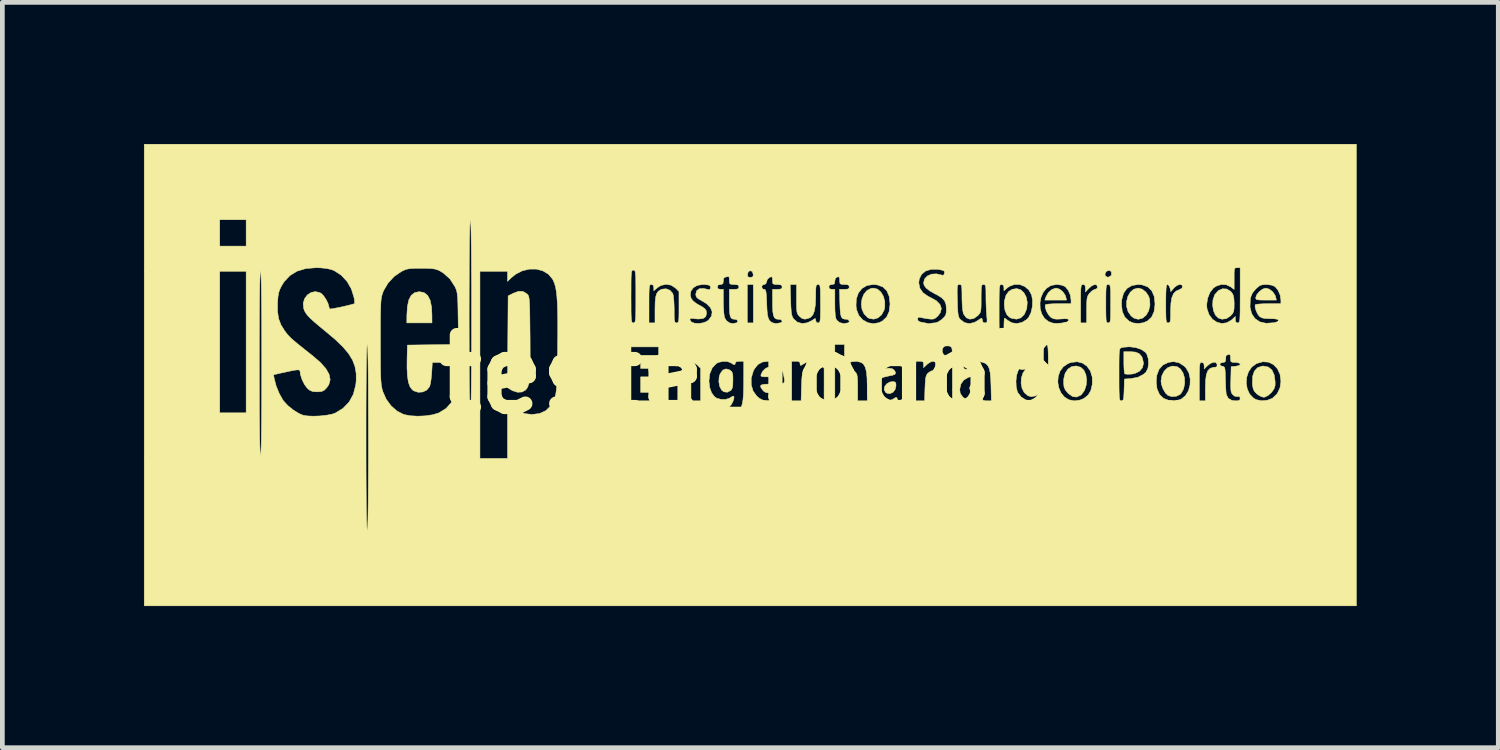
<source format=kicad_pcb>
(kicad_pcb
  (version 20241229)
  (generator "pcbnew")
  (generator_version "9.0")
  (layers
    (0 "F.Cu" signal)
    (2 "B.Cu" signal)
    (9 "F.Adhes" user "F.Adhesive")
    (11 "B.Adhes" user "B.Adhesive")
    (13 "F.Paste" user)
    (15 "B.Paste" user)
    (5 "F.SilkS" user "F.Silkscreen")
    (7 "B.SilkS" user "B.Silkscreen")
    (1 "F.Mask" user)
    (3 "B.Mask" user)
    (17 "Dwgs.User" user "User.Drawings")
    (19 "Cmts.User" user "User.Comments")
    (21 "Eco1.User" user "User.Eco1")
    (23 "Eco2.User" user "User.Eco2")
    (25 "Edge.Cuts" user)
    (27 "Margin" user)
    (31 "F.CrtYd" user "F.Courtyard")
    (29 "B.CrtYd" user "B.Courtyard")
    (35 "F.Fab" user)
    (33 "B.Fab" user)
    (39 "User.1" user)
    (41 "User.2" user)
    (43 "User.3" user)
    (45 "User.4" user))
  (footprint "teste_logo3"
    (layer "F.Cu")
    (at 12.832 4.882)
    (property "Reference" "teste_logo3" (at 0 0 0) (layer "F.SilkS") (effects (font (size 1.524 1.524) (thickness 0.3))))
    (attr through_hole)
    (fp_poly (pts (xy 6.563 -1.807) (xy 6.632 -1.752) (xy 6.683 -1.679) (xy 6.695 -1.645) (xy 6.711 -1.575) (xy 6.251 -1.575) (xy 6.278 -1.651) (xy 6.325 -1.733) (xy 6.397 -1.797) (xy 6.475 -1.828) (xy 6.492 -1.829) (xy 6.563 -1.807)) (stroke (width 0.01) (type solid)) (fill yes) (layer "F.SilkS"))
    (fp_poly (pts (xy 3.075 0.158) (xy 3.095 0.184) (xy 3.099 0.237) (xy 3.081 0.317) (xy 3.036 0.376) (xy 2.975 0.406) (xy 2.911 0.4) (xy 2.875 0.376) (xy 2.847 0.318) (xy 2.859 0.255) (xy 2.901 0.199) (xy 2.968 0.161) (xy 3.023 0.152) (xy 3.075 0.158)) (stroke (width 0.01) (type solid)) (fill yes) (layer "F.SilkS"))
    (fp_poly (pts (xy -6.898 -1.733) (xy -6.823 -1.673) (xy -6.77 -1.572) (xy -6.74 -1.427) (xy -6.732 -1.264) (xy -6.731 -1.092) (xy -7.264 -1.092) (xy -7.263 -1.251) (xy -7.252 -1.437) (xy -7.222 -1.578) (xy -7.171 -1.676) (xy -7.098 -1.733) (xy -7.001 -1.753) (xy -6.998 -1.753) (xy -6.898 -1.733)) (stroke (width 0.01) (type solid)) (fill yes) (layer "F.SilkS"))
    (fp_poly (pts (xy 4.876 0.159) (xy 4.9 0.204) (xy 4.902 0.239) (xy 4.891 0.311) (xy 4.864 0.365) (xy 4.862 0.366) (xy 4.8 0.401) (xy 4.733 0.401) (xy 4.68 0.366) (xy 4.673 0.355) (xy 4.657 0.28) (xy 4.688 0.216) (xy 4.739 0.182) (xy 4.824 0.152) (xy 4.876 0.159)) (stroke (width 0.01) (type solid)) (fill yes) (layer "F.SilkS"))
    (fp_poly (pts (xy 0.434 -0.133) (xy 0.48 -0.086) (xy 0.518 -0.029) (xy 0.533 0.016) (xy 0.518 0.037) (xy 0.467 0.048) (xy 0.379 0.051) (xy 0.295 0.05) (xy 0.25 0.043) (xy 0.236 0.027) (xy 0.241 -0.002) (xy 0.242 -0.006) (xy 0.275 -0.069) (xy 0.329 -0.123) (xy 0.384 -0.151) (xy 0.395 -0.152) (xy 0.434 -0.133)) (stroke (width 0.01) (type solid)) (fill yes) (layer "F.SilkS"))
    (fp_poly (pts (xy 11.007 -1.807) (xy 11.079 -1.75) (xy 11.13 -1.675) (xy 11.14 -1.645) (xy 11.156 -1.575) (xy 10.937 -1.575) (xy 10.832 -1.576) (xy 10.767 -1.58) (xy 10.733 -1.59) (xy 10.721 -1.608) (xy 10.719 -1.628) (xy 10.74 -1.688) (xy 10.792 -1.752) (xy 10.858 -1.804) (xy 10.923 -1.828) (xy 10.931 -1.829) (xy 11.007 -1.807)) (stroke (width 0.01) (type solid)) (fill yes) (layer "F.SilkS"))
    (fp_poly (pts (xy 6.112 -0.137) (xy 6.174 -0.069) (xy 6.21 0.023) (xy 6.222 0.136) (xy 6.211 0.249) (xy 6.179 0.346) (xy 6.146 0.393) (xy 6.055 0.455) (xy 5.96 0.471) (xy 5.893 0.451) (xy 5.816 0.386) (xy 5.768 0.293) (xy 5.748 0.184) (xy 5.755 0.071) (xy 5.789 -0.033) (xy 5.849 -0.116) (xy 5.924 -0.162) (xy 6.022 -0.173) (xy 6.112 -0.137)) (stroke (width 0.01) (type solid)) (fill yes) (layer "F.SilkS"))
    (fp_poly (pts (xy 8.169 -0.474) (xy 8.247 -0.443) (xy 8.299 -0.386) (xy 8.318 -0.347) (xy 8.342 -0.238) (xy 8.319 -0.142) (xy 8.255 -0.067) (xy 8.155 -0.019) (xy 8.084 -0.007) (xy 8.009 -0.004) (xy 7.956 -0.009) (xy 7.944 -0.014) (xy 7.935 -0.047) (xy 7.929 -0.118) (xy 7.925 -0.214) (xy 7.925 -0.258) (xy 7.925 -0.483) (xy 8.053 -0.483) (xy 8.169 -0.474)) (stroke (width 0.01) (type solid)) (fill yes) (layer "F.SilkS"))
    (fp_poly (pts (xy -0.423 -0.094) (xy -0.418 -0.09) (xy -0.384 -0.063) (xy -0.366 -0.028) (xy -0.357 0.03) (xy -0.356 0.124) (xy -0.359 0.226) (xy -0.371 0.291) (xy -0.394 0.331) (xy -0.402 0.339) (xy -0.475 0.377) (xy -0.549 0.367) (xy -0.596 0.331) (xy -0.636 0.255) (xy -0.654 0.155) (xy -0.648 0.051) (xy -0.625 -0.019) (xy -0.568 -0.093) (xy -0.5 -0.118) (xy -0.423 -0.094)) (stroke (width 0.01) (type solid)) (fill yes) (layer "F.SilkS"))
    (fp_poly (pts (xy 2.709 -1.806) (xy 2.78 -1.743) (xy 2.833 -1.652) (xy 2.861 -1.543) (xy 2.861 -1.427) (xy 2.846 -1.361) (xy 2.793 -1.263) (xy 2.716 -1.198) (xy 2.627 -1.171) (xy 2.534 -1.186) (xy 2.495 -1.208) (xy 2.42 -1.286) (xy 2.377 -1.384) (xy 2.363 -1.492) (xy 2.378 -1.6) (xy 2.417 -1.698) (xy 2.48 -1.775) (xy 2.564 -1.821) (xy 2.624 -1.829) (xy 2.709 -1.806)) (stroke (width 0.01) (type solid)) (fill yes) (layer "F.SilkS"))
    (fp_poly (pts (xy 5.74 -1.793) (xy 5.809 -1.73) (xy 5.857 -1.64) (xy 5.879 -1.528) (xy 5.869 -1.402) (xy 5.865 -1.384) (xy 5.817 -1.272) (xy 5.744 -1.2) (xy 5.652 -1.171) (xy 5.547 -1.189) (xy 5.506 -1.208) (xy 5.447 -1.266) (xy 5.407 -1.359) (xy 5.391 -1.473) (xy 5.396 -1.561) (xy 5.429 -1.678) (xy 5.486 -1.757) (xy 5.561 -1.803) (xy 5.656 -1.819) (xy 5.74 -1.793)) (stroke (width 0.01) (type solid)) (fill yes) (layer "F.SilkS"))
    (fp_poly (pts (xy 7.012 -0.152) (xy 7.079 -0.089) (xy 7.121 0.004) (xy 7.137 0.115) (xy 7.127 0.23) (xy 7.092 0.337) (xy 7.031 0.422) (xy 7.005 0.443) (xy 6.921 0.479) (xy 6.838 0.467) (xy 6.751 0.406) (xy 6.741 0.396) (xy 6.686 0.33) (xy 6.657 0.261) (xy 6.649 0.17) (xy 6.653 0.089) (xy 6.682 -0.026) (xy 6.741 -0.114) (xy 6.822 -0.167) (xy 6.917 -0.18) (xy 7.012 -0.152)) (stroke (width 0.01) (type solid)) (fill yes) (layer "F.SilkS"))
    (fp_poly (pts (xy 8.315 -1.806) (xy 8.393 -1.744) (xy 8.451 -1.657) (xy 8.472 -1.591) (xy 8.478 -1.465) (xy 8.451 -1.35) (xy 8.398 -1.256) (xy 8.322 -1.192) (xy 8.231 -1.168) (xy 8.23 -1.168) (xy 8.14 -1.192) (xy 8.077 -1.241) (xy 8.014 -1.332) (xy 7.984 -1.438) (xy 7.984 -1.548) (xy 8.01 -1.653) (xy 8.061 -1.742) (xy 8.133 -1.804) (xy 8.224 -1.829) (xy 8.23 -1.829) (xy 8.315 -1.806)) (stroke (width 0.01) (type solid)) (fill yes) (layer "F.SilkS"))
    (fp_poly (pts (xy 9.055 -0.164) (xy 9.121 -0.119) (xy 9.178 -0.034) (xy 9.178 -0.033) (xy 9.211 0.074) (xy 9.214 0.192) (xy 9.19 0.306) (xy 9.14 0.398) (xy 9.114 0.425) (xy 9.034 0.463) (xy 8.938 0.469) (xy 8.861 0.445) (xy 8.806 0.392) (xy 8.756 0.308) (xy 8.722 0.213) (xy 8.712 0.141) (xy 8.731 0.025) (xy 8.781 -0.073) (xy 8.855 -0.144) (xy 8.944 -0.176) (xy 8.964 -0.177) (xy 9.055 -0.164)) (stroke (width 0.01) (type solid)) (fill yes) (layer "F.SilkS"))
    (fp_poly (pts (xy 10.987 -0.156) (xy 11.063 -0.093) (xy 11.111 0.012) (xy 11.13 0.155) (xy 11.129 0.237) (xy 11.105 0.309) (xy 11.051 0.383) (xy 10.981 0.445) (xy 10.91 0.48) (xy 10.887 0.483) (xy 10.826 0.466) (xy 10.757 0.424) (xy 10.74 0.41) (xy 10.693 0.361) (xy 10.666 0.309) (xy 10.652 0.235) (xy 10.648 0.186) (xy 10.653 0.04) (xy 10.69 -0.07) (xy 10.757 -0.143) (xy 10.852 -0.176) (xy 10.884 -0.178) (xy 10.987 -0.156)) (stroke (width 0.01) (type solid)) (fill yes) (layer "F.SilkS"))
    (fp_poly (pts (xy 10.104 -1.81) (xy 10.187 -1.76) (xy 10.211 -1.734) (xy 10.241 -1.683) (xy 10.256 -1.615) (xy 10.262 -1.515) (xy 10.262 -1.493) (xy 10.26 -1.397) (xy 10.25 -1.334) (xy 10.229 -1.29) (xy 10.19 -1.246) (xy 10.187 -1.243) (xy 10.099 -1.183) (xy 10.004 -1.17) (xy 9.925 -1.196) (xy 9.864 -1.258) (xy 9.823 -1.353) (xy 9.806 -1.466) (xy 9.813 -1.581) (xy 9.848 -1.683) (xy 9.855 -1.696) (xy 9.928 -1.777) (xy 10.014 -1.815) (xy 10.104 -1.81)) (stroke (width 0.01) (type solid)) (fill yes) (layer "F.SilkS"))
    (fp_poly (pts (xy -4.803 -1.758) (xy -4.722 -1.709) (xy -4.712 -1.7) (xy -4.698 -1.684) (xy -4.687 -1.664) (xy -4.678 -1.633) (xy -4.671 -1.587) (xy -4.666 -1.519) (xy -4.662 -1.426) (xy -4.659 -1.301) (xy -4.657 -1.139) (xy -4.655 -0.935) (xy -4.653 -0.788) (xy -4.652 -0.53) (xy -4.651 -0.318) (xy -4.653 -0.147) (xy -4.658 -0.011) (xy -4.666 0.095) (xy -4.677 0.175) (xy -4.692 0.235) (xy -4.711 0.28) (xy -4.736 0.315) (xy -4.751 0.332) (xy -4.825 0.372) (xy -4.92 0.377) (xy -5.022 0.345) (xy -5.049 0.33) (xy -5.131 0.28) (xy -5.125 -0.692) (xy -5.118 -1.664) (xy -5.004 -1.722) (xy -4.894 -1.762) (xy -4.803 -1.758)) (stroke (width 0.01) (type solid)) (fill yes) (layer "F.SilkS"))
    (fp_poly (pts (xy 12.852 4.902) (xy -12.827 4.902) (xy -12.827 -2.184) (xy -11.227 -2.184) (xy -11.227 0.813) (xy -10.668 0.813) (xy -10.668 -0.241) (xy -10.389 -0.241) (xy -10.388 0.171) (xy -10.387 0.536) (xy -10.386 0.853) (xy -10.383 1.122) (xy -10.381 1.342) (xy -10.377 1.513) (xy -10.373 1.634) (xy -10.368 1.706) (xy -10.363 1.727) (xy -10.358 1.702) (xy -10.353 1.626) (xy -10.349 1.501) (xy -10.346 1.333) (xy -8.128 1.333) (xy -8.128 1.746) (xy -8.127 2.111) (xy -8.125 2.428) (xy -8.123 2.697) (xy -8.12 2.917) (xy -8.116 3.088) (xy -8.112 3.209) (xy -8.107 3.281) (xy -8.103 3.302) (xy -8.097 3.277) (xy -8.093 3.201) (xy -8.088 3.075) (xy -8.085 2.9) (xy -8.082 2.676) (xy -8.08 2.403) (xy -8.078 2.082) (xy -8.077 1.713) (xy -8.077 1.333) (xy -8.078 0.921) (xy -8.079 0.556) (xy -8.08 0.239) (xy -8.082 -0.03) (xy -8.085 -0.25) (xy -8.089 -0.421) (xy -8.093 -0.542) (xy -8.098 -0.614) (xy -8.103 -0.635) (xy -8.108 -0.61) (xy -8.113 -0.534) (xy -8.117 -0.408) (xy -8.12 -0.233) (xy -8.123 -0.009) (xy -8.125 0.264) (xy -8.127 0.585) (xy -8.128 0.954) (xy -8.128 1.333) (xy -10.346 1.333) (xy -10.346 1.325) (xy -10.343 1.101) (xy -10.341 0.828) (xy -10.339 0.507) (xy -10.338 0.138) (xy -10.338 0.007) (xy -10.088 0.007) (xy -10.071 0.096) (xy -10.031 0.247) (xy -9.968 0.401) (xy -9.894 0.534) (xy -9.871 0.566) (xy -9.783 0.661) (xy -9.67 0.752) (xy -9.553 0.825) (xy -9.465 0.863) (xy -9.37 0.879) (xy -9.243 0.884) (xy -9.103 0.879) (xy -8.965 0.864) (xy -8.847 0.841) (xy -8.785 0.821) (xy -8.617 0.719) (xy -8.487 0.585) (xy -8.397 0.42) (xy -8.346 0.223) (xy -8.337 0.138) (xy -8.337 -0.021) (xy -8.362 -0.166) (xy -8.414 -0.305) (xy -8.498 -0.442) (xy -8.618 -0.584) (xy -8.738 -0.7) (xy -7.823 -0.7) (xy -7.823 -0.46) (xy -7.822 -0.266) (xy -7.821 -0.109) (xy -7.818 0.014) (xy -7.814 0.11) (xy -7.808 0.185) (xy -7.801 0.245) (xy -7.791 0.296) (xy -7.778 0.344) (xy -7.77 0.369) (xy -7.7 0.526) (xy -7.597 0.665) (xy -7.471 0.776) (xy -7.332 0.847) (xy -7.325 0.849) (xy -7.194 0.875) (xy -7.036 0.884) (xy -6.871 0.877) (xy -6.715 0.854) (xy -6.589 0.816) (xy -6.585 0.814) (xy -6.433 0.721) (xy -6.312 0.586) (xy -6.24 0.458) (xy -6.214 0.387) (xy -6.196 0.3) (xy -6.184 0.184) (xy -6.177 0.044) (xy -6.166 -0.254) (xy -6.724 -0.254) (xy -6.737 -0.032) (xy -6.747 0.078) (xy -6.761 0.176) (xy -6.777 0.244) (xy -6.782 0.258) (xy -6.841 0.33) (xy -6.926 0.371) (xy -7.023 0.378) (xy -7.115 0.348) (xy -7.149 0.324) (xy -7.196 0.262) (xy -7.23 0.167) (xy -7.251 0.036) (xy -7.26 -0.136) (xy -7.259 -0.321) (xy -7.252 -0.622) (xy -6.71 -0.629) (xy -6.169 -0.636) (xy -6.177 -1.188) (xy -6.178 -1.232) (xy -5.944 -1.232) (xy -5.943 -0.811) (xy -5.942 -0.437) (xy -5.941 -0.112) (xy -5.939 0.165) (xy -5.936 0.394) (xy -5.932 0.573) (xy -5.928 0.703) (xy -5.924 0.783) (xy -5.919 0.813) (xy -5.918 0.813) (xy -5.913 0.787) (xy -5.908 0.712) (xy -5.904 0.586) (xy -5.901 0.411) (xy -5.898 0.186) (xy -5.896 -0.087) (xy -5.894 -0.408) (xy -5.893 -0.778) (xy -5.893 -1.195) (xy -5.893 -1.232) (xy -5.893 -1.653) (xy -5.894 -2.026) (xy -5.895 -2.184) (xy -5.715 -2.184) (xy -5.715 1.778) (xy -5.131 1.778) (xy -5.131 0.578) (xy -5.048 0.66) (xy -4.914 0.767) (xy -4.773 0.829) (xy -4.614 0.848) (xy -4.61 0.848) (xy -4.449 0.827) (xy -4.319 0.767) (xy -4.216 0.665) (xy -4.14 0.52) (xy -4.124 0.475) (xy -4.112 0.432) (xy -4.103 0.378) (xy -4.095 0.309) (xy -4.088 0.217) (xy -4.083 0.099) (xy -4.079 -0.051) (xy -4.075 -0.239) (xy -4.071 -0.471) (xy -4.07 -0.561) (xy -4.07 -0.584) (xy -2.515 -0.584) (xy -2.515 0.559) (xy -1.905 0.559) (xy -1.905 0.381) (xy -2.311 0.381) (xy -2.311 0.051) (xy -1.956 0.051) (xy -1.956 -0.127) (xy -2.311 -0.127) (xy -2.311 -0.279) (xy -1.727 -0.279) (xy -1.727 0.559) (xy -1.524 0.559) (xy -1.524 0.278) (xy -1.523 0.154) (xy -1.52 0.07) (xy -1.512 0.015) (xy -1.497 -0.023) (xy -1.473 -0.053) (xy -1.462 -0.065) (xy -1.404 -0.114) (xy -1.358 -0.122) (xy -1.31 -0.09) (xy -1.295 -0.076) (xy -1.273 -0.049) (xy -1.258 -0.012) (xy -1.25 0.044) (xy -1.246 0.129) (xy -1.245 0.255) (xy -1.245 0.267) (xy -1.245 0.559) (xy -1.041 0.559) (xy -1.041 0.138) (xy -0.864 0.138) (xy -0.849 0.274) (xy -0.808 0.389) (xy -0.745 0.472) (xy -0.699 0.503) (xy -0.603 0.529) (xy -0.505 0.528) (xy -0.425 0.501) (xy -0.418 0.496) (xy -0.371 0.467) (xy -0.347 0.458) (xy -0.332 0.476) (xy -0.338 0.523) (xy -0.361 0.584) (xy -0.393 0.643) (xy -0.426 0.682) (xy -0.502 0.724) (xy -0.605 0.731) (xy -0.734 0.708) (xy -0.766 0.722) (xy -0.789 0.768) (xy -0.794 0.822) (xy -0.771 0.858) (xy -0.714 0.878) (xy -0.616 0.885) (xy -0.527 0.883) (xy -0.425 0.878) (xy -0.358 0.868) (xy -0.311 0.848) (xy -0.269 0.814) (xy -0.251 0.797) (xy -0.21 0.749) (xy -0.18 0.693) (xy -0.157 0.622) (xy -0.142 0.528) (xy -0.133 0.404) (xy -0.129 0.242) (xy -0.128 0.108) (xy -0.128 0.079) (xy 0.031 0.079) (xy 0.032 0.222) (xy 0.072 0.353) (xy 0.151 0.461) (xy 0.203 0.504) (xy 0.257 0.535) (xy 0.31 0.552) (xy 0.38 0.556) (xy 0.477 0.552) (xy 0.569 0.545) (xy 0.639 0.536) (xy 0.674 0.528) (xy 0.675 0.527) (xy 0.68 0.495) (xy 0.673 0.453) (xy 0.661 0.421) (xy 0.636 0.403) (xy 0.587 0.395) (xy 0.501 0.393) (xy 0.492 0.393) (xy 0.398 0.391) (xy 0.339 0.381) (xy 0.301 0.359) (xy 0.277 0.334) (xy 0.238 0.28) (xy 0.228 0.243) (xy 0.251 0.22) (xy 0.312 0.208) (xy 0.416 0.204) (xy 0.483 0.203) (xy 0.604 0.203) (xy 0.682 0.197) (xy 0.724 0.178) (xy 0.737 0.139) (xy 0.729 0.072) (xy 0.709 -0.024) (xy 0.665 -0.147) (xy 0.593 -0.228) (xy 0.489 -0.271) (xy 0.395 -0.279) (xy 0.889 -0.279) (xy 0.889 0.559) (xy 1.088 0.559) (xy 1.096 0.264) (xy 1.101 0.137) (xy 1.107 0.05) (xy 1.116 -0.006) (xy 1.13 -0.042) (xy 1.153 -0.068) (xy 1.165 -0.078) (xy 1.222 -0.118) (xy 1.265 -0.12) (xy 1.312 -0.085) (xy 1.321 -0.076) (xy 1.343 -0.049) (xy 1.358 -0.012) (xy 1.366 0.044) (xy 1.37 0.129) (xy 1.372 0.255) (xy 1.372 0.267) (xy 1.372 0.559) (xy 1.575 0.559) (xy 1.575 -0.131) (xy 1.501 -0.205) (xy 1.408 -0.265) (xy 1.3 -0.279) (xy 1.186 -0.248) (xy 1.149 -0.229) (xy 1.096 -0.197) (xy 1.072 -0.193) (xy 1.067 -0.214) (xy 1.067 -0.229) (xy 1.057 -0.264) (xy 1.018 -0.278) (xy 0.978 -0.279) (xy 0.889 -0.279) (xy 0.395 -0.279) (xy 0.269 -0.263) (xy 0.172 -0.209) (xy 0.097 -0.113) (xy 0.074 -0.065) (xy 0.031 0.079) (xy -0.128 0.079) (xy -0.127 -0.279) (xy -0.216 -0.279) (xy -0.282 -0.271) (xy -0.305 -0.245) (xy -0.305 -0.241) (xy -0.315 -0.208) (xy -0.35 -0.214) (xy -0.392 -0.242) (xy -0.468 -0.273) (xy -0.566 -0.277) (xy -0.661 -0.255) (xy -0.71 -0.229) (xy -0.795 -0.138) (xy -0.847 -0.012) (xy -0.864 0.138) (xy -1.041 0.138) (xy -1.041 -0.131) (xy -1.116 -0.205) (xy -1.208 -0.264) (xy -1.316 -0.281) (xy -1.425 -0.256) (xy -1.476 -0.227) (xy -1.549 -0.174) (xy -1.549 -0.227) (xy -1.559 -0.263) (xy -1.596 -0.278) (xy -1.638 -0.279) (xy -1.727 -0.279) (xy -2.311 -0.279) (xy -2.311 -0.406) (xy -1.93 -0.406) (xy -1.93 -0.584) (xy -2.515 -0.584) (xy -4.07 -0.584) (xy -4.07 -0.635) (xy 1.803 -0.635) (xy 1.803 0.559) (xy 2.007 0.559) (xy 2.007 0.272) (xy 2.009 0.13) (xy 2.016 0.03) (xy 2.032 -0.037) (xy 2.059 -0.078) (xy 2.099 -0.104) (xy 2.116 -0.11) (xy 2.172 -0.104) (xy 2.224 -0.064) (xy 2.251 -0.034) (xy 2.269 -0.000237) (xy 2.279 0.047) (xy 2.284 0.12) (xy 2.286 0.228) (xy 2.286 0.278) (xy 2.286 0.559) (xy 2.489 0.559) (xy 2.489 0.283) (xy 2.647 0.283) (xy 2.651 0.384) (xy 2.687 0.471) (xy 2.752 0.529) (xy 2.752 0.529) (xy 2.836 0.552) (xy 2.93 0.554) (xy 3.012 0.536) (xy 3.037 0.522) (xy 3.092 0.488) (xy 3.119 0.493) (xy 3.124 0.521) (xy 3.143 0.549) (xy 3.205 0.559) (xy 3.213 0.559) (xy 3.302 0.559) (xy 3.302 0.251) (xy 3.298 0.08) (xy 3.285 -0.048) (xy 3.262 -0.14) (xy 3.225 -0.203) (xy 3.174 -0.244) (xy 3.16 -0.25) (xy 3.078 -0.271) (xy 2.97 -0.278) (xy 2.86 -0.271) (xy 2.776 -0.253) (xy 2.723 -0.227) (xy 2.709 -0.19) (xy 2.712 -0.162) (xy 2.725 -0.12) (xy 2.752 -0.107) (xy 2.811 -0.115) (xy 2.816 -0.116) (xy 2.935 -0.133) (xy 3.016 -0.123) (xy 3.066 -0.086) (xy 3.091 -0.035) (xy 3.074 -0.001) (xy 3.013 0.021) (xy 2.97 0.027) (xy 2.826 0.061) (xy 2.726 0.12) (xy 2.678 0.181) (xy 2.647 0.283) (xy 2.489 0.283) (xy 2.489 0.253) (xy 2.485 0.076) (xy 2.472 -0.057) (xy 2.447 -0.153) (xy 2.41 -0.217) (xy 2.366 -0.252) (xy 2.273 -0.277) (xy 2.165 -0.27) (xy 2.082 -0.241) (xy 2.007 -0.202) (xy 2.007 -0.279) (xy 3.505 -0.279) (xy 3.505 0.559) (xy 3.704 0.559) (xy 3.712 0.293) (xy 3.718 0.169) (xy 3.725 0.085) (xy 3.738 0.031) (xy 3.757 -0.006) (xy 3.774 -0.026) (xy 3.831 -0.067) (xy 3.882 -0.083) (xy 3.919 -0.094) (xy 3.934 -0.13) (xy 3.937 -0.183) (xy 3.933 -0.247) (xy 3.914 -0.274) (xy 3.881 -0.279) (xy 4.089 -0.279) (xy 4.089 0.559) (xy 4.293 0.559) (xy 4.293 0.315) (xy 4.448 0.315) (xy 4.459 0.4) (xy 4.511 0.476) (xy 4.519 0.485) (xy 4.604 0.54) (xy 4.703 0.561) (xy 4.798 0.545) (xy 4.84 0.522) (xy 4.895 0.488) (xy 4.922 0.493) (xy 4.928 0.521) (xy 4.946 0.548) (xy 5.004 0.559) (xy 5.023 0.559) (xy 5.118 0.559) (xy 5.111 0.248) (xy 5.107 0.138) (xy 5.64 0.138) (xy 5.645 0.258) (xy 5.667 0.358) (xy 5.676 0.38) (xy 5.751 0.478) (xy 5.847 0.539) (xy 5.955 0.562) (xy 6.063 0.542) (xy 6.142 0.495) (xy 6.218 0.432) (xy 6.233 0.495) (xy 6.258 0.543) (xy 6.287 0.559) (xy 6.299 0.553) (xy 6.308 0.53) (xy 6.315 0.486) (xy 6.32 0.415) (xy 6.323 0.31) (xy 6.324 0.166) (xy 6.324 0.162) (xy 6.526 0.162) (xy 6.546 0.279) (xy 6.592 0.387) (xy 6.663 0.475) (xy 6.758 0.536) (xy 6.875 0.559) (xy 6.879 0.559) (xy 6.995 0.543) (xy 7.079 0.509) (xy 7.17 0.435) (xy 7.226 0.34) (xy 7.256 0.211) (xy 7.256 0.207) (xy 7.255 0.055) (xy 7.234 -0.015) (xy 7.823 -0.015) (xy 7.823 0.003) (xy 7.823 0.185) (xy 7.824 0.322) (xy 7.827 0.42) (xy 7.831 0.487) (xy 7.837 0.528) (xy 7.847 0.549) (xy 7.86 0.558) (xy 7.873 0.559) (xy 7.897 0.554) (xy 7.912 0.535) (xy 7.921 0.49) (xy 7.927 0.412) (xy 7.93 0.328) (xy 7.936 0.155) (xy 8.611 0.155) (xy 8.628 0.306) (xy 8.681 0.425) (xy 8.767 0.507) (xy 8.768 0.507) (xy 8.875 0.548) (xy 8.998 0.557) (xy 9.113 0.535) (xy 9.141 0.522) (xy 9.231 0.449) (xy 9.294 0.345) (xy 9.327 0.222) (xy 9.329 0.152) (xy 9.525 0.152) (xy 9.525 0.559) (xy 9.652 0.559) (xy 9.652 0.291) (xy 9.657 0.125) (xy 9.673 0.004) (xy 9.704 -0.079) (xy 9.752 -0.128) (xy 9.819 -0.15) (xy 9.859 -0.152) (xy 9.897 -0.165) (xy 9.901 -0.209) (xy 9.958 -0.209) (xy 9.986 -0.181) (xy 10.014 -0.173) (xy 10.039 -0.167) (xy 10.056 -0.15) (xy 10.067 -0.114) (xy 10.073 -0.049) (xy 10.076 0.054) (xy 10.077 0.102) (xy 10.081 0.219) (xy 10.086 0.321) (xy 10.092 0.396) (xy 10.096 0.424) (xy 10.137 0.505) (xy 10.213 0.549) (xy 10.289 0.559) (xy 10.354 0.555) (xy 10.383 0.537) (xy 10.389 0.506) (xy 10.378 0.468) (xy 10.339 0.469) (xy 10.339 0.469) (xy 10.278 0.463) (xy 10.237 0.432) (xy 10.213 0.404) (xy 10.198 0.369) (xy 10.191 0.317) (xy 10.188 0.237) (xy 10.189 0.188) (xy 10.519 0.188) (xy 10.54 0.31) (xy 10.592 0.419) (xy 10.673 0.502) (xy 10.732 0.535) (xy 10.842 0.557) (xy 10.963 0.547) (xy 11.069 0.506) (xy 11.077 0.501) (xy 11.174 0.407) (xy 11.233 0.282) (xy 11.252 0.144) (xy 11.233 -0.003) (xy 11.178 -0.122) (xy 11.095 -0.209) (xy 10.991 -0.26) (xy 10.87 -0.269) (xy 10.741 -0.233) (xy 10.733 -0.229) (xy 10.635 -0.157) (xy 10.566 -0.056) (xy 10.527 0.063) (xy 10.519 0.188) (xy 10.189 0.188) (xy 10.191 0.118) (xy 10.191 0.107) (xy 10.198 -0.165) (xy 10.293 -0.173) (xy 10.366 -0.189) (xy 10.393 -0.214) (xy 10.374 -0.239) (xy 10.31 -0.253) (xy 10.287 -0.254) (xy 10.222 -0.257) (xy 10.193 -0.273) (xy 10.186 -0.317) (xy 10.185 -0.346) (xy 10.181 -0.406) (xy 10.164 -0.425) (xy 10.145 -0.422) (xy 10.105 -0.408) (xy 10.094 -0.406) (xy 10.087 -0.384) (xy 10.084 -0.331) (xy 10.084 -0.33) (xy 10.077 -0.276) (xy 10.048 -0.256) (xy 10.02 -0.254) (xy 9.97 -0.24) (xy 9.958 -0.209) (xy 9.901 -0.209) (xy 9.901 -0.21) (xy 9.876 -0.252) (xy 9.826 -0.259) (xy 9.759 -0.233) (xy 9.697 -0.185) (xy 9.627 -0.117) (xy 9.627 -0.186) (xy 9.616 -0.238) (xy 9.58 -0.254) (xy 9.576 -0.254) (xy 9.557 -0.252) (xy 9.543 -0.24) (xy 9.534 -0.211) (xy 9.529 -0.158) (xy 9.526 -0.073) (xy 9.525 0.051) (xy 9.525 0.152) (xy 9.329 0.152) (xy 9.33 0.092) (xy 9.303 -0.032) (xy 9.242 -0.138) (xy 9.207 -0.174) (xy 9.096 -0.247) (xy 8.978 -0.271) (xy 8.871 -0.256) (xy 8.754 -0.201) (xy 8.671 -0.109) (xy 8.623 0.019) (xy 8.611 0.155) (xy 7.936 0.155) (xy 7.938 0.097) (xy 8.069 0.088) (xy 8.223 0.06) (xy 8.343 -0.003) (xy 8.395 -0.051) (xy 8.434 -0.127) (xy 8.449 -0.227) (xy 8.442 -0.334) (xy 8.412 -0.428) (xy 8.384 -0.468) (xy 8.297 -0.529) (xy 8.179 -0.569) (xy 8.045 -0.586) (xy 7.913 -0.576) (xy 7.88 -0.568) (xy 7.862 -0.562) (xy 7.848 -0.551) (xy 7.837 -0.528) (xy 7.831 -0.487) (xy 7.826 -0.422) (xy 7.824 -0.326) (xy 7.823 -0.192) (xy 7.823 -0.015) (xy 7.234 -0.015) (xy 7.216 -0.073) (xy 7.146 -0.173) (xy 7.051 -0.24) (xy 6.936 -0.269) (xy 6.807 -0.254) (xy 6.745 -0.232) (xy 6.643 -0.163) (xy 6.573 -0.069) (xy 6.535 0.043) (xy 6.526 0.162) (xy 6.324 0.162) (xy 6.325 -0.022) (xy 6.325 -0.038) (xy 6.324 -0.227) (xy 6.324 -0.371) (xy 6.322 -0.477) (xy 6.318 -0.55) (xy 6.312 -0.596) (xy 6.304 -0.621) (xy 6.292 -0.632) (xy 6.277 -0.635) (xy 6.274 -0.635) (xy 6.25 -0.631) (xy 6.235 -0.614) (xy 6.227 -0.574) (xy 6.224 -0.502) (xy 6.223 -0.393) (xy 6.223 -0.151) (xy 6.145 -0.208) (xy 6.039 -0.259) (xy 5.928 -0.263) (xy 5.822 -0.225) (xy 5.731 -0.147) (xy 5.683 -0.074) (xy 5.653 0.02) (xy 5.64 0.138) (xy 5.107 0.138) (xy 5.104 0.084) (xy 5.093 -0.038) (xy 5.074 -0.124) (xy 5.046 -0.184) (xy 5.006 -0.224) (xy 4.976 -0.242) (xy 4.894 -0.267) (xy 4.786 -0.277) (xy 4.675 -0.272) (xy 4.582 -0.252) (xy 4.568 -0.247) (xy 4.522 -0.218) (xy 4.516 -0.181) (xy 4.524 -0.157) (xy 4.546 -0.117) (xy 4.583 -0.109) (xy 4.629 -0.117) (xy 4.749 -0.134) (xy 4.832 -0.117) (xy 4.869 -0.086) (xy 4.894 -0.035) (xy 4.878 -0.001) (xy 4.816 0.02) (xy 4.773 0.027) (xy 4.635 0.06) (xy 4.535 0.118) (xy 4.476 0.199) (xy 4.473 0.206) (xy 4.448 0.315) (xy 4.293 0.315) (xy 4.293 -0.279) (xy 4.089 -0.279) (xy 3.881 -0.279) (xy 3.827 -0.262) (xy 3.765 -0.221) (xy 3.754 -0.211) (xy 3.683 -0.143) (xy 3.683 -0.211) (xy 3.677 -0.257) (xy 3.649 -0.276) (xy 3.594 -0.279) (xy 3.505 -0.279) (xy 2.007 -0.279) (xy 2.007 -0.495) (xy 4.076 -0.495) (xy 4.096 -0.437) (xy 4.139 -0.395) (xy 4.194 -0.38) (xy 4.25 -0.402) (xy 4.266 -0.418) (xy 4.286 -0.469) (xy 4.288 -0.526) (xy 4.273 -0.577) (xy 4.234 -0.6) (xy 4.199 -0.605) (xy 4.132 -0.6) (xy 4.093 -0.565) (xy 4.091 -0.562) (xy 4.076 -0.495) (xy 2.007 -0.495) (xy 2.007 -0.635) (xy 1.803 -0.635) (xy -4.07 -0.635) (xy -4.067 -0.861) (xy -4.067 -1.115) (xy -4.07 -1.327) (xy -4.075 -1.503) (xy -4.085 -1.646) (xy -4.085 -1.651) (xy -2.515 -1.651) (xy -2.514 -1.469) (xy -2.514 -1.331) (xy -2.511 -1.232) (xy -2.507 -1.165) (xy -2.501 -1.124) (xy -2.491 -1.102) (xy -2.479 -1.094) (xy -2.464 -1.092) (xy -2.447 -1.094) (xy -2.435 -1.104) (xy -2.426 -1.128) (xy -2.42 -1.172) (xy -2.416 -1.243) (xy -2.414 -1.346) (xy -2.413 -1.489) (xy -2.413 -1.499) (xy -2.134 -1.499) (xy -2.134 -1.092) (xy -2.007 -1.092) (xy -2.007 -1.379) (xy -2.004 -1.529) (xy -1.993 -1.637) (xy -1.972 -1.712) (xy -1.937 -1.762) (xy -1.885 -1.795) (xy -1.86 -1.806) (xy -1.772 -1.815) (xy -1.69 -1.783) (xy -1.631 -1.717) (xy -1.629 -1.712) (xy -1.617 -1.661) (xy -1.608 -1.573) (xy -1.602 -1.461) (xy -1.6 -1.37) (xy -1.6 -1.248) (xy -1.597 -1.168) (xy -1.59 -1.122) (xy -1.578 -1.099) (xy -1.559 -1.093) (xy -1.549 -1.092) (xy -1.529 -1.095) (xy -1.515 -1.109) (xy -1.506 -1.142) (xy -1.504 -1.164) (xy -1.267 -1.164) (xy -1.265 -1.151) (xy -1.234 -1.11) (xy -1.17 -1.086) (xy -1.086 -1.08) (xy -0.996 -1.092) (xy -0.915 -1.121) (xy -0.871 -1.152) (xy -0.809 -1.238) (xy -0.796 -1.327) (xy -0.832 -1.415) (xy -0.913 -1.498) (xy -1.019 -1.563) (xy -1.092 -1.604) (xy -1.129 -1.64) (xy -1.142 -1.682) (xy -1.143 -1.703) (xy -1.123 -1.775) (xy -1.067 -1.816) (xy -0.983 -1.822) (xy -0.929 -1.811) (xy -0.87 -1.796) (xy -0.842 -1.804) (xy -0.83 -1.83) (xy -0.832 -1.854) (xy -0.686 -1.854) (xy -0.671 -1.814) (xy -0.622 -1.803) (xy -0.559 -1.803) (xy -0.559 -1.54) (xy -0.556 -1.421) (xy -0.549 -1.312) (xy -0.539 -1.23) (xy -0.531 -1.199) (xy -0.488 -1.133) (xy -0.421 -1.089) (xy -0.35 -1.078) (xy -0.334 -1.082) (xy -0.287 -1.092) (xy -0.277 -1.092) (xy -0.257 -1.113) (xy -0.254 -1.13) (xy -0.276 -1.161) (xy -0.312 -1.168) (xy -0.361 -1.174) (xy -0.394 -1.195) (xy -0.415 -1.24) (xy -0.427 -1.317) (xy -0.431 -1.432) (xy -0.432 -1.516) (xy -0.432 -1.803) (xy -0.33 -1.803) (xy -0.264 -1.808) (xy -0.234 -1.825) (xy -0.229 -1.854) (xy -0.237 -1.887) (xy -0.272 -1.902) (xy -0.33 -1.905) (xy -0.051 -1.905) (xy -0.051 -1.092) (xy 0.076 -1.092) (xy 0.076 -1.854) (xy 0.254 -1.854) (xy 0.272 -1.811) (xy 0.302 -1.803) (xy 0.322 -1.799) (xy 0.336 -1.781) (xy 0.346 -1.741) (xy 0.353 -1.669) (xy 0.358 -1.559) (xy 0.36 -1.501) (xy 0.367 -1.355) (xy 0.378 -1.251) (xy 0.397 -1.181) (xy 0.425 -1.135) (xy 0.465 -1.104) (xy 0.494 -1.091) (xy 0.551 -1.079) (xy 0.58 -1.081) (xy 0.637 -1.092) (xy 0.65 -1.092) (xy 0.682 -1.113) (xy 0.686 -1.13) (xy 0.663 -1.161) (xy 0.61 -1.168) (xy 0.56 -1.175) (xy 0.524 -1.201) (xy 0.501 -1.254) (xy 0.488 -1.339) (xy 0.483 -1.464) (xy 0.483 -1.535) (xy 0.483 -1.803) (xy 0.584 -1.803) (xy 0.651 -1.808) (xy 0.68 -1.825) (xy 0.686 -1.854) (xy 0.677 -1.887) (xy 0.643 -1.902) (xy 0.584 -1.905) (xy 0.858 -1.905) (xy 0.867 -1.577) (xy 0.872 -1.437) (xy 0.879 -1.338) (xy 0.888 -1.27) (xy 0.903 -1.223) (xy 0.923 -1.186) (xy 0.929 -1.177) (xy 1.01 -1.107) (xy 1.111 -1.079) (xy 1.222 -1.095) (xy 1.327 -1.148) (xy 1.374 -1.18) (xy 1.393 -1.181) (xy 1.397 -1.153) (xy 1.397 -1.145) (xy 1.414 -1.101) (xy 1.448 -1.092) (xy 1.467 -1.095) (xy 1.48 -1.107) (xy 1.489 -1.135) (xy 1.495 -1.189) (xy 1.498 -1.273) (xy 1.499 -1.397) (xy 1.499 -1.499) (xy 1.498 -1.651) (xy 1.497 -1.759) (xy 1.493 -1.831) (xy 1.49 -1.854) (xy 1.676 -1.854) (xy 1.691 -1.814) (xy 1.74 -1.803) (xy 1.803 -1.803) (xy 1.803 -1.504) (xy 1.805 -1.361) (xy 1.812 -1.26) (xy 1.823 -1.193) (xy 1.841 -1.152) (xy 1.842 -1.15) (xy 1.906 -1.098) (xy 1.99 -1.078) (xy 2.028 -1.083) (xy 2.075 -1.092) (xy 2.085 -1.092) (xy 2.106 -1.113) (xy 2.108 -1.13) (xy 2.086 -1.161) (xy 2.051 -1.169) (xy 1.998 -1.173) (xy 1.96 -1.19) (xy 1.936 -1.229) (xy 1.921 -1.296) (xy 1.913 -1.4) (xy 1.911 -1.451) (xy 2.252 -1.451) (xy 2.264 -1.369) (xy 2.312 -1.248) (xy 2.395 -1.156) (xy 2.5 -1.097) (xy 2.619 -1.076) (xy 2.741 -1.097) (xy 2.814 -1.134) (xy 2.855 -1.173) (xy 3.556 -1.173) (xy 3.568 -1.134) (xy 3.612 -1.112) (xy 3.651 -1.104) (xy 3.72 -1.091) (xy 3.767 -1.081) (xy 3.772 -1.079) (xy 3.818 -1.078) (xy 3.831 -1.082) (xy 3.883 -1.09) (xy 3.925 -1.092) (xy 3.981 -1.108) (xy 4.049 -1.15) (xy 4.076 -1.171) (xy 4.13 -1.224) (xy 4.157 -1.274) (xy 4.165 -1.342) (xy 4.166 -1.381) (xy 4.157 -1.484) (xy 4.127 -1.561) (xy 4.066 -1.625) (xy 3.966 -1.687) (xy 3.934 -1.703) (xy 3.812 -1.771) (xy 3.767 -1.807) (xy 4.395 -1.807) (xy 4.395 -1.719) (xy 4.398 -1.589) (xy 4.399 -1.565) (xy 4.403 -1.423) (xy 4.409 -1.324) (xy 4.417 -1.256) (xy 4.43 -1.211) (xy 4.448 -1.179) (xy 4.458 -1.168) (xy 4.55 -1.098) (xy 4.654 -1.077) (xy 4.764 -1.103) (xy 4.831 -1.143) (xy 4.889 -1.182) (xy 4.918 -1.189) (xy 4.927 -1.163) (xy 4.928 -1.143) (xy 4.945 -1.101) (xy 4.982 -1.092) (xy 5.011 -1.096) (xy 5.026 -1.114) (xy 5.028 -1.158) (xy 5.021 -1.241) (xy 5.02 -1.248) (xy 5.014 -1.333) (xy 5.283 -1.333) (xy 5.283 -1.149) (xy 5.284 -1.009) (xy 5.286 -0.908) (xy 5.29 -0.839) (xy 5.296 -0.796) (xy 5.306 -0.773) (xy 5.318 -0.764) (xy 5.334 -0.762) (xy 5.359 -0.766) (xy 5.374 -0.785) (xy 5.382 -0.828) (xy 5.384 -0.906) (xy 5.385 -0.978) (xy 5.386 -1.075) (xy 5.39 -1.15) (xy 5.396 -1.19) (xy 5.399 -1.194) (xy 5.425 -1.178) (xy 5.464 -1.146) (xy 5.555 -1.093) (xy 5.662 -1.079) (xy 5.771 -1.104) (xy 5.868 -1.164) (xy 5.907 -1.207) (xy 5.957 -1.305) (xy 5.986 -1.431) (xy 5.99 -1.516) (xy 6.149 -1.516) (xy 6.153 -1.398) (xy 6.184 -1.286) (xy 6.242 -1.191) (xy 6.329 -1.12) (xy 6.427 -1.086) (xy 6.508 -1.081) (xy 6.611 -1.089) (xy 6.709 -1.108) (xy 6.712 -1.109) (xy 6.75 -1.135) (xy 6.756 -1.154) (xy 6.743 -1.173) (xy 6.699 -1.18) (xy 6.614 -1.177) (xy 6.598 -1.175) (xy 6.504 -1.171) (xy 6.442 -1.178) (xy 6.394 -1.2) (xy 6.37 -1.218) (xy 6.324 -1.271) (xy 6.285 -1.342) (xy 6.261 -1.414) (xy 6.26 -1.469) (xy 6.264 -1.477) (xy 6.293 -1.486) (xy 6.362 -1.493) (xy 6.459 -1.498) (xy 6.542 -1.499) (xy 6.807 -1.499) (xy 7.01 -1.499) (xy 7.01 -1.092) (xy 7.137 -1.092) (xy 7.137 -1.37) (xy 7.138 -1.493) (xy 7.138 -1.499) (xy 7.544 -1.499) (xy 7.544 -1.347) (xy 7.546 -1.238) (xy 7.549 -1.166) (xy 7.556 -1.122) (xy 7.566 -1.101) (xy 7.582 -1.093) (xy 7.595 -1.092) (xy 7.614 -1.095) (xy 7.627 -1.107) (xy 7.636 -1.135) (xy 7.642 -1.189) (xy 7.644 -1.273) (xy 7.645 -1.397) (xy 7.645 -1.487) (xy 7.874 -1.487) (xy 7.892 -1.333) (xy 7.947 -1.213) (xy 8.037 -1.129) (xy 8.119 -1.092) (xy 8.226 -1.079) (xy 8.341 -1.096) (xy 8.428 -1.134) (xy 8.514 -1.216) (xy 8.566 -1.332) (xy 8.585 -1.484) (xy 8.585 -1.499) (xy 8.814 -1.499) (xy 8.814 -1.347) (xy 8.816 -1.238) (xy 8.819 -1.166) (xy 8.826 -1.122) (xy 8.836 -1.101) (xy 8.852 -1.093) (xy 8.865 -1.092) (xy 8.888 -1.096) (xy 8.903 -1.113) (xy 8.911 -1.152) (xy 8.915 -1.224) (xy 8.915 -1.336) (xy 8.915 -1.34) (xy 8.921 -1.481) (xy 9.68 -1.481) (xy 9.687 -1.39) (xy 9.731 -1.265) (xy 9.803 -1.169) (xy 9.895 -1.107) (xy 9.999 -1.08) (xy 10.106 -1.095) (xy 10.206 -1.153) (xy 10.217 -1.163) (xy 10.287 -1.229) (xy 10.287 -1.16) (xy 10.297 -1.108) (xy 10.334 -1.092) (xy 10.338 -1.092) (xy 10.354 -1.094) (xy 10.366 -1.103) (xy 10.375 -1.127) (xy 10.382 -1.17) (xy 10.385 -1.239) (xy 10.388 -1.34) (xy 10.388 -1.427) (xy 10.598 -1.427) (xy 10.632 -1.289) (xy 10.702 -1.184) (xy 10.805 -1.114) (xy 10.938 -1.084) (xy 11.096 -1.095) (xy 11.157 -1.109) (xy 11.195 -1.133) (xy 11.201 -1.151) (xy 11.178 -1.169) (xy 11.107 -1.179) (xy 11.026 -1.181) (xy 10.921 -1.185) (xy 10.852 -1.198) (xy 10.806 -1.223) (xy 10.798 -1.229) (xy 10.759 -1.281) (xy 10.726 -1.352) (xy 10.706 -1.422) (xy 10.706 -1.472) (xy 10.709 -1.477) (xy 10.738 -1.486) (xy 10.807 -1.493) (xy 10.904 -1.498) (xy 10.987 -1.499) (xy 11.252 -1.499) (xy 11.252 -1.576) (xy 11.236 -1.682) (xy 11.192 -1.783) (xy 11.131 -1.857) (xy 11.122 -1.864) (xy 11.053 -1.892) (xy 10.957 -1.905) (xy 10.939 -1.905) (xy 10.859 -1.9) (xy 10.802 -1.88) (xy 10.743 -1.833) (xy 10.718 -1.809) (xy 10.649 -1.725) (xy 10.613 -1.638) (xy 10.604 -1.595) (xy 10.598 -1.427) (xy 10.388 -1.427) (xy 10.388 -1.48) (xy 10.389 -1.663) (xy 10.389 -1.676) (xy 10.389 -2.261) (xy 10.325 -2.261) (xy 10.295 -2.259) (xy 10.276 -2.247) (xy 10.266 -2.215) (xy 10.262 -2.154) (xy 10.262 -2.053) (xy 10.262 -2.03) (xy 10.262 -1.8) (xy 10.195 -1.852) (xy 10.096 -1.9) (xy 9.985 -1.905) (xy 9.876 -1.868) (xy 9.82 -1.828) (xy 9.748 -1.735) (xy 9.7 -1.614) (xy 9.68 -1.481) (xy 8.921 -1.481) (xy 8.922 -1.505) (xy 8.942 -1.627) (xy 8.978 -1.712) (xy 9.032 -1.766) (xy 9.087 -1.79) (xy 9.151 -1.822) (xy 9.169 -1.859) (xy 9.152 -1.898) (xy 9.108 -1.905) (xy 9.05 -1.885) (xy 8.992 -1.839) (xy 8.983 -1.829) (xy 8.919 -1.753) (xy 8.903 -1.829) (xy 8.88 -1.882) (xy 8.85 -1.905) (xy 8.85 -1.905) (xy 8.836 -1.897) (xy 8.826 -1.868) (xy 8.82 -1.812) (xy 8.816 -1.723) (xy 8.814 -1.592) (xy 8.814 -1.499) (xy 8.585 -1.499) (xy 8.568 -1.655) (xy 8.516 -1.773) (xy 8.431 -1.855) (xy 8.313 -1.898) (xy 8.225 -1.905) (xy 8.094 -1.883) (xy 7.991 -1.821) (xy 7.919 -1.72) (xy 7.881 -1.585) (xy 7.874 -1.487) (xy 7.645 -1.487) (xy 7.645 -1.499) (xy 7.645 -1.651) (xy 7.644 -1.759) (xy 7.64 -1.831) (xy 7.633 -1.875) (xy 7.623 -1.897) (xy 7.607 -1.904) (xy 7.595 -1.905) (xy 7.576 -1.903) (xy 7.562 -1.891) (xy 7.553 -1.862) (xy 7.548 -1.809) (xy 7.545 -1.724) (xy 7.544 -1.6) (xy 7.544 -1.499) (xy 7.138 -1.499) (xy 7.142 -1.578) (xy 7.151 -1.634) (xy 7.167 -1.675) (xy 7.192 -1.712) (xy 7.203 -1.725) (xy 7.257 -1.775) (xy 7.308 -1.802) (xy 7.317 -1.803) (xy 7.358 -1.822) (xy 7.366 -1.854) (xy 7.35 -1.896) (xy 7.307 -1.904) (xy 7.248 -1.879) (xy 7.186 -1.826) (xy 7.112 -1.747) (xy 7.112 -1.826) (xy 7.105 -1.883) (xy 7.077 -1.904) (xy 7.061 -1.905) (xy 7.042 -1.903) (xy 7.029 -1.891) (xy 7.02 -1.862) (xy 7.014 -1.809) (xy 7.011 -1.724) (xy 7.01 -1.6) (xy 7.01 -1.499) (xy 6.807 -1.499) (xy 6.807 -1.576) (xy 6.791 -1.682) (xy 6.747 -1.783) (xy 6.686 -1.857) (xy 6.677 -1.864) (xy 6.609 -1.891) (xy 6.517 -1.905) (xy 6.498 -1.905) (xy 6.381 -1.884) (xy 6.287 -1.825) (xy 6.216 -1.739) (xy 6.17 -1.633) (xy 6.149 -1.516) (xy 5.99 -1.516) (xy 5.992 -1.564) (xy 5.971 -1.684) (xy 5.97 -1.685) (xy 5.912 -1.79) (xy 5.825 -1.864) (xy 5.719 -1.904) (xy 5.607 -1.906) (xy 5.5 -1.866) (xy 5.463 -1.839) (xy 5.385 -1.773) (xy 5.385 -1.839) (xy 5.374 -1.89) (xy 5.335 -1.905) (xy 5.334 -1.905) (xy 5.318 -1.903) (xy 5.305 -1.894) (xy 5.296 -1.87) (xy 5.29 -1.826) (xy 5.286 -1.756) (xy 5.284 -1.654) (xy 5.283 -1.513) (xy 5.283 -1.333) (xy 5.014 -1.333) (xy 5.013 -1.346) (xy 5.007 -1.473) (xy 5.004 -1.606) (xy 5.004 -1.655) (xy 5.003 -1.769) (xy 5 -1.842) (xy 4.992 -1.883) (xy 4.977 -1.901) (xy 4.955 -1.905) (xy 4.953 -1.905) (xy 4.931 -1.902) (xy 4.917 -1.887) (xy 4.908 -1.852) (xy 4.904 -1.787) (xy 4.902 -1.685) (xy 4.902 -1.611) (xy 4.902 -1.485) (xy 4.899 -1.398) (xy 4.892 -1.341) (xy 4.878 -1.302) (xy 4.855 -1.271) (xy 4.828 -1.243) (xy 4.743 -1.183) (xy 4.659 -1.171) (xy 4.586 -1.203) (xy 4.531 -1.279) (xy 4.524 -1.299) (xy 4.512 -1.358) (xy 4.502 -1.453) (xy 4.497 -1.569) (xy 4.496 -1.642) (xy 4.495 -1.76) (xy 4.492 -1.836) (xy 4.485 -1.88) (xy 4.472 -1.899) (xy 4.45 -1.905) (xy 4.443 -1.905) (xy 4.422 -1.903) (xy 4.408 -1.891) (xy 4.399 -1.862) (xy 4.395 -1.807) (xy 3.767 -1.807) (xy 3.734 -1.833) (xy 3.693 -1.892) (xy 3.683 -1.944) (xy 3.705 -2.026) (xy 3.766 -2.088) (xy 3.852 -2.125) (xy 3.956 -2.131) (xy 4.047 -2.11) (xy 4.095 -2.099) (xy 4.118 -2.12) (xy 4.12 -2.126) (xy 7.524 -2.126) (xy 7.537 -2.082) (xy 7.582 -2.061) (xy 7.601 -2.062) (xy 7.652 -2.091) (xy 7.666 -2.127) (xy 7.656 -2.181) (xy 7.617 -2.204) (xy 7.566 -2.19) (xy 7.551 -2.177) (xy 7.524 -2.126) (xy 4.12 -2.126) (xy 4.123 -2.135) (xy 4.127 -2.173) (xy 4.109 -2.197) (xy 4.058 -2.213) (xy 3.98 -2.226) (xy 3.84 -2.226) (xy 3.725 -2.19) (xy 3.64 -2.12) (xy 3.591 -2.021) (xy 3.581 -1.942) (xy 3.603 -1.827) (xy 3.67 -1.731) (xy 3.783 -1.652) (xy 3.833 -1.629) (xy 3.954 -1.561) (xy 4.03 -1.483) (xy 4.059 -1.399) (xy 4.04 -1.312) (xy 3.986 -1.239) (xy 3.933 -1.192) (xy 3.885 -1.172) (xy 3.819 -1.173) (xy 3.79 -1.177) (xy 3.704 -1.19) (xy 3.632 -1.204) (xy 3.613 -1.209) (xy 3.57 -1.213) (xy 3.556 -1.183) (xy 3.556 -1.173) (xy 2.855 -1.173) (xy 2.901 -1.216) (xy 2.953 -1.332) (xy 2.972 -1.484) (xy 2.972 -1.499) (xy 2.954 -1.655) (xy 2.903 -1.773) (xy 2.818 -1.855) (xy 2.699 -1.898) (xy 2.611 -1.905) (xy 2.481 -1.883) (xy 2.376 -1.82) (xy 2.301 -1.724) (xy 2.258 -1.599) (xy 2.252 -1.451) (xy 1.911 -1.451) (xy 1.909 -1.51) (xy 1.901 -1.803) (xy 2.004 -1.803) (xy 2.072 -1.807) (xy 2.102 -1.824) (xy 2.108 -1.854) (xy 2.1 -1.887) (xy 2.065 -1.902) (xy 2.007 -1.905) (xy 1.942 -1.908) (xy 1.913 -1.924) (xy 1.905 -1.967) (xy 1.905 -1.992) (xy 1.901 -2.049) (xy 1.882 -2.068) (xy 1.854 -2.065) (xy 1.814 -2.035) (xy 1.803 -1.978) (xy 1.796 -1.925) (xy 1.764 -1.906) (xy 1.74 -1.905) (xy 1.69 -1.893) (xy 1.676 -1.854) (xy 1.49 -1.854) (xy 1.487 -1.875) (xy 1.476 -1.897) (xy 1.461 -1.904) (xy 1.448 -1.905) (xy 1.425 -1.902) (xy 1.41 -1.885) (xy 1.402 -1.846) (xy 1.398 -1.776) (xy 1.397 -1.665) (xy 1.397 -1.65) (xy 1.391 -1.479) (xy 1.372 -1.353) (xy 1.339 -1.265) (xy 1.289 -1.21) (xy 1.257 -1.194) (xy 1.176 -1.171) (xy 1.115 -1.182) (xy 1.055 -1.229) (xy 1.053 -1.231) (xy 1.027 -1.26) (xy 1.009 -1.292) (xy 0.998 -1.337) (xy 0.993 -1.404) (xy 0.991 -1.506) (xy 0.991 -1.599) (xy 0.991 -1.905) (xy 0.858 -1.905) (xy 0.584 -1.905) (xy 0.519 -1.908) (xy 0.49 -1.924) (xy 0.483 -1.967) (xy 0.483 -1.993) (xy 0.479 -2.051) (xy 0.463 -2.069) (xy 0.425 -2.06) (xy 0.375 -2.017) (xy 0.36 -1.972) (xy 0.34 -1.918) (xy 0.303 -1.905) (xy 0.262 -1.886) (xy 0.254 -1.854) (xy 0.076 -1.854) (xy 0.076 -1.905) (xy -0.051 -1.905) (xy -0.33 -1.905) (xy -0.395 -1.908) (xy -0.424 -1.924) (xy -0.432 -1.968) (xy -0.432 -1.997) (xy -0.436 -2.057) (xy -0.453 -2.076) (xy -0.472 -2.073) (xy -0.52 -2.059) (xy -0.535 -2.057) (xy -0.552 -2.035) (xy -0.559 -1.982) (xy -0.559 -1.981) (xy -0.566 -1.927) (xy -0.595 -1.907) (xy -0.622 -1.905) (xy -0.672 -1.893) (xy -0.686 -1.854) (xy -0.832 -1.854) (xy -0.833 -1.87) (xy -0.87 -1.893) (xy -0.948 -1.904) (xy -1.002 -1.905) (xy -1.111 -1.886) (xy -1.195 -1.837) (xy -1.247 -1.764) (xy -1.259 -1.677) (xy -1.239 -1.607) (xy -1.197 -1.555) (xy -1.129 -1.502) (xy -1.095 -1.482) (xy -1.003 -1.431) (xy -0.949 -1.39) (xy -0.922 -1.351) (xy -0.915 -1.303) (xy -0.914 -1.293) (xy -0.933 -1.223) (xy -0.99 -1.184) (xy -1.088 -1.174) (xy -1.149 -1.179) (xy -1.223 -1.187) (xy -1.259 -1.183) (xy -1.267 -1.164) (xy -1.504 -1.164) (xy -1.501 -1.201) (xy -1.499 -1.296) (xy -1.499 -1.424) (xy -1.499 -1.757) (xy -1.573 -1.831) (xy -1.666 -1.891) (xy -1.774 -1.909) (xy -1.883 -1.884) (xy -1.954 -1.839) (xy -2.032 -1.773) (xy -2.032 -1.839) (xy -2.043 -1.89) (xy -2.082 -1.905) (xy -2.083 -1.905) (xy -2.102 -1.903) (xy -2.115 -1.891) (xy -2.124 -1.862) (xy -2.13 -1.809) (xy -2.133 -1.724) (xy -2.134 -1.6) (xy -2.134 -1.499) (xy -2.413 -1.499) (xy -2.413 -1.651) (xy -2.413 -1.833) (xy -2.414 -1.971) (xy -2.416 -2.07) (xy -2.42 -2.127) (xy -0.046 -2.127) (xy -0.045 -2.077) (xy -0.017 -2.059) (xy 0.013 -2.057) (xy 0.06 -2.064) (xy 0.074 -2.096) (xy 0.072 -2.127) (xy 0.053 -2.182) (xy 0.013 -2.197) (xy -0.029 -2.18) (xy -0.046 -2.127) (xy -2.42 -2.127) (xy -2.42 -2.137) (xy -2.427 -2.178) (xy -2.436 -2.2) (xy -2.449 -2.208) (xy -2.464 -2.21) (xy -2.48 -2.208) (xy -2.493 -2.198) (xy -2.502 -2.174) (xy -2.508 -2.13) (xy -2.512 -2.059) (xy -2.514 -1.956) (xy -2.514 -1.813) (xy -2.515 -1.651) (xy -4.085 -1.651) (xy -4.098 -1.763) (xy -4.115 -1.857) (xy -4.137 -1.932) (xy -4.164 -1.995) (xy -4.177 -2.02) (xy -4.266 -2.125) (xy -4.383 -2.195) (xy -4.52 -2.231) (xy -4.667 -2.231) (xy -4.816 -2.196) (xy -4.956 -2.125) (xy -5.048 -2.051) (xy -5.131 -1.971) (xy -5.131 -2.184) (xy -5.715 -2.184) (xy -5.895 -2.184) (xy -5.896 -2.352) (xy -5.898 -2.629) (xy -5.901 -2.858) (xy -5.904 -3.037) (xy -5.908 -3.167) (xy -5.913 -3.247) (xy -5.918 -3.276) (xy -5.918 -3.277) (xy -5.923 -3.251) (xy -5.928 -3.176) (xy -5.932 -3.05) (xy -5.936 -2.875) (xy -5.938 -2.65) (xy -5.941 -2.377) (xy -5.942 -2.055) (xy -5.943 -1.686) (xy -5.944 -1.269) (xy -5.944 -1.232) (xy -6.178 -1.232) (xy -6.18 -1.371) (xy -6.183 -1.51) (xy -6.188 -1.615) (xy -6.194 -1.692) (xy -6.204 -1.75) (xy -6.216 -1.795) (xy -6.234 -1.837) (xy -6.246 -1.862) (xy -6.351 -2.024) (xy -6.49 -2.148) (xy -6.562 -2.192) (xy -6.616 -2.217) (xy -6.672 -2.233) (xy -6.744 -2.243) (xy -6.843 -2.247) (xy -6.96 -2.248) (xy -7.09 -2.247) (xy -7.182 -2.243) (xy -7.25 -2.233) (xy -7.307 -2.215) (xy -7.365 -2.188) (xy -7.38 -2.18) (xy -7.534 -2.074) (xy -7.663 -1.933) (xy -7.757 -1.774) (xy -7.769 -1.743) (xy -7.783 -1.703) (xy -7.795 -1.662) (xy -7.804 -1.615) (xy -7.811 -1.556) (xy -7.816 -1.48) (xy -7.819 -1.38) (xy -7.822 -1.251) (xy -7.823 -1.088) (xy -7.823 -0.883) (xy -7.823 -0.7) (xy -8.738 -0.7) (xy -8.776 -0.737) (xy -8.961 -0.893) (xy -9.11 -1.016) (xy -9.225 -1.113) (xy -9.309 -1.19) (xy -9.369 -1.253) (xy -9.409 -1.307) (xy -9.435 -1.357) (xy -9.45 -1.402) (xy -9.459 -1.51) (xy -9.429 -1.607) (xy -9.371 -1.684) (xy -9.292 -1.736) (xy -9.202 -1.755) (xy -9.108 -1.733) (xy -9.073 -1.713) (xy -9.025 -1.663) (xy -8.975 -1.588) (xy -8.935 -1.509) (xy -8.916 -1.444) (xy -8.915 -1.438) (xy -8.904 -1.396) (xy -8.896 -1.388) (xy -8.866 -1.389) (xy -8.8 -1.4) (xy -8.711 -1.417) (xy -8.612 -1.438) (xy -8.515 -1.461) (xy -8.434 -1.481) (xy -8.382 -1.497) (xy -8.37 -1.502) (xy -8.369 -1.53) (xy -8.376 -1.591) (xy -8.383 -1.631) (xy -8.439 -1.811) (xy -8.531 -1.971) (xy -8.654 -2.103) (xy -8.799 -2.197) (xy -8.859 -2.221) (xy -8.954 -2.243) (xy -9.078 -2.257) (xy -9.186 -2.261) (xy -9.404 -2.243) (xy -9.588 -2.188) (xy -9.74 -2.095) (xy -9.863 -1.964) (xy -9.918 -1.876) (xy -9.956 -1.799) (xy -9.98 -1.726) (xy -9.994 -1.639) (xy -10.002 -1.521) (xy -10.003 -1.508) (xy -10.002 -1.328) (xy -9.98 -1.181) (xy -9.93 -1.051) (xy -9.851 -0.923) (xy -9.836 -0.903) (xy -9.801 -0.858) (xy -9.765 -0.817) (xy -9.723 -0.774) (xy -9.668 -0.725) (xy -9.595 -0.663) (xy -9.498 -0.585) (xy -9.371 -0.484) (xy -9.26 -0.396) (xy -9.094 -0.253) (xy -8.977 -0.121) (xy -8.909 0.000345) (xy -8.888 0.112) (xy -8.916 0.216) (xy -8.964 0.285) (xy -9.017 0.337) (xy -9.069 0.361) (xy -9.144 0.368) (xy -9.166 0.368) (xy -9.253 0.363) (xy -9.315 0.339) (xy -9.37 0.295) (xy -9.43 0.216) (xy -9.482 0.112) (xy -9.517 0.005) (xy -9.525 -0.059) (xy -9.529 -0.081) (xy -9.546 -0.094) (xy -9.584 -0.097) (xy -9.649 -0.089) (xy -9.748 -0.069) (xy -9.889 -0.038) (xy -9.902 -0.036) (xy -10.088 0.007) (xy -10.338 0.007) (xy -10.338 -0.241) (xy -10.338 -0.654) (xy -10.339 -1.018) (xy -10.341 -1.336) (xy -10.343 -1.604) (xy -10.346 -1.825) (xy -10.349 -1.996) (xy -10.354 -2.117) (xy -10.358 -2.189) (xy -10.363 -2.21) (xy -10.369 -2.184) (xy -10.373 -2.109) (xy -10.377 -1.983) (xy -10.381 -1.808) (xy -10.384 -1.584) (xy -10.386 -1.311) (xy -10.387 -0.99) (xy -10.388 -0.621) (xy -10.389 -0.241) (xy -10.668 -0.241) (xy -10.668 -2.184) (xy -11.227 -2.184) (xy -12.827 -2.184) (xy -12.827 -3.277) (xy -11.227 -3.277) (xy -11.227 -2.718) (xy -10.668 -2.718) (xy -10.668 -3.277) (xy -11.227 -3.277) (xy -12.827 -3.277) (xy -12.827 -4.877) (xy 12.852 -4.877) (xy 12.852 4.902)) (stroke (width 0.01) (type solid)) (fill yes) (layer "F.SilkS")))
  (gr_rect
    (start -3 -3)
    (end 28.689 12.789)
    (stroke (width 0.1) (type default))
    (fill no)
    (layer "Edge.Cuts")))
</source>
